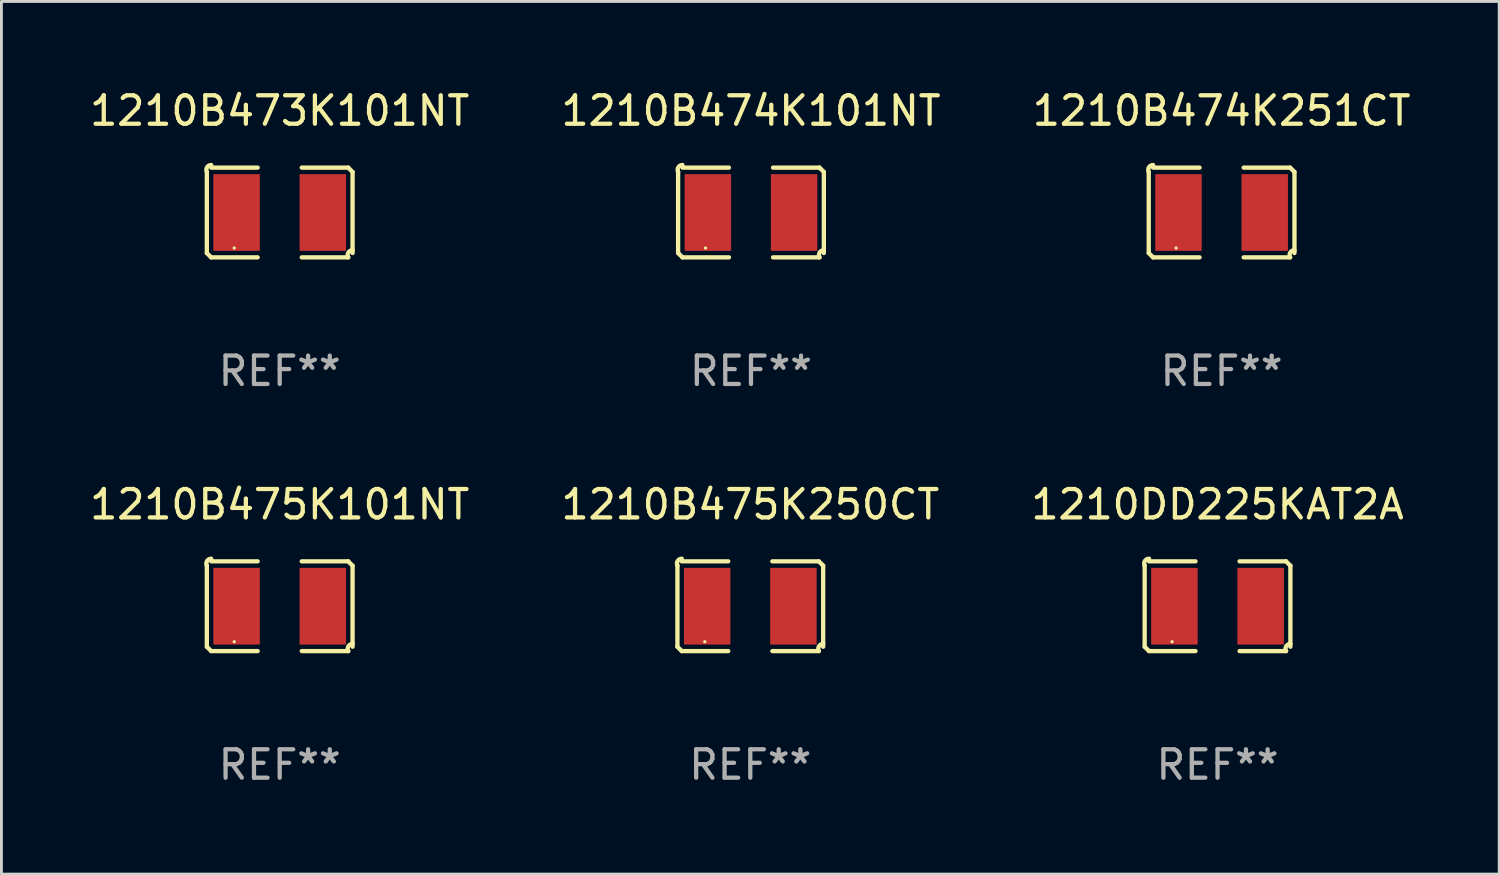
<source format=kicad_pcb>
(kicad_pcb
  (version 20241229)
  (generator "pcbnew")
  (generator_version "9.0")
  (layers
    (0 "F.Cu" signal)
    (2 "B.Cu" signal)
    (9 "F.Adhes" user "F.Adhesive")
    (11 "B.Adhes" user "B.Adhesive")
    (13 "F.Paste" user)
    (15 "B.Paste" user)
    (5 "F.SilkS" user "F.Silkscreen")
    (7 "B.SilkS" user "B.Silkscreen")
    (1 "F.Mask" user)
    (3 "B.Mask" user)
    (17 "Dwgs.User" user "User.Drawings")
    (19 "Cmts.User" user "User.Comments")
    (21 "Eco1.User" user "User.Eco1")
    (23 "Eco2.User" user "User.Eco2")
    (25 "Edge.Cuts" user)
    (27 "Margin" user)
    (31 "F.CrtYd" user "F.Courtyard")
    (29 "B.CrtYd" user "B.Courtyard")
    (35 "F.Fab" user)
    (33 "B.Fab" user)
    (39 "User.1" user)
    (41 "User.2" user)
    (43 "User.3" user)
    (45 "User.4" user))
  (footprint "1210B475K250CT"
    (layer "F.Cu")
    (at 23.351 18.281)
    (property "Reference" "1210B475K250CT" (at 0 -3.579 0) (layer "F.SilkS") (effects (font (size 1 1) (thickness 0.15))))
    (attr through_hole)
    (fp_line (start -2.564 1.426) (end -2.564 -1.426) (stroke (width 0.152) (type solid)) (layer "F.SilkS"))
    (fp_line (start -2.411 -1.579) (end -0.776 -1.579) (stroke (width 0.152) (type solid)) (layer "F.SilkS"))
    (fp_line (start -0.776 1.579) (end -2.411 1.579) (stroke (width 0.152) (type solid)) (layer "F.SilkS"))
    (fp_line (start 0.776 1.579) (end 2.411 1.579) (stroke (width 0.152) (type solid)) (layer "F.SilkS"))
    (fp_line (start 2.411 -1.579) (end 0.776 -1.579) (stroke (width 0.152) (type solid)) (layer "F.SilkS"))
    (fp_line (start 2.564 1.426) (end 2.564 -1.426) (stroke (width 0.152) (type solid)) (layer "F.SilkS"))
    (fp_arc (start -2.563602 -1.426213) (mid -2.555597 -1.591233) (end -2.411201 -1.671518) (stroke (width 0.1524) (type solid)) (layer "F.SilkS"))
    (fp_arc (start -2.5636 1.426214) (mid -2.487389 1.502402) (end -2.411201 1.578613) (stroke (width 0.1524) (type solid)) (layer "F.SilkS"))
    (fp_arc (start 2.411197 -1.578618) (mid 2.487403 -1.502419) (end 2.563602 -1.426213) (stroke (width 0.1524) (type solid)) (layer "F.SilkS"))
    (fp_arc (start 2.411201 1.578613) (mid 2.416214 1.409455) (end 2.563602 1.32629) (stroke (width 0.1524) (type solid)) (layer "F.SilkS"))
    (fp_circle (center -1.6 1.25) (end -1.57 1.25) (stroke (width 0.06) (type solid)) (fill no) (layer "F.SilkS"))
    (fp_text user "REF**" (at 0 5.579 0) (layer "F.Fab") (effects (font (size 1 1) (thickness 0.15))))
    (pad "1" smd rect (at -1.517 0) (size 1.635 2.7) (layers "F.Cu" "F.Mask" "F.Paste"))
    (pad "2" smd rect (at 1.517 0) (size 1.635 2.7) (layers "F.Cu" "F.Mask" "F.Paste")))
  (footprint "1210B474K251CT"
    (layer "F.Cu")
    (at 39.935 4.427)
    (property "Reference" "1210B474K251CT" (at 0 -3.579 0) (layer "F.SilkS") (effects (font (size 1 1) (thickness 0.15))))
    (attr through_hole)
    (fp_line (start -2.564 1.426) (end -2.564 -1.426) (stroke (width 0.152) (type solid)) (layer "F.SilkS"))
    (fp_line (start -2.411 -1.579) (end -0.776 -1.579) (stroke (width 0.152) (type solid)) (layer "F.SilkS"))
    (fp_line (start -0.776 1.579) (end -2.411 1.579) (stroke (width 0.152) (type solid)) (layer "F.SilkS"))
    (fp_line (start 0.776 1.579) (end 2.411 1.579) (stroke (width 0.152) (type solid)) (layer "F.SilkS"))
    (fp_line (start 2.411 -1.579) (end 0.776 -1.579) (stroke (width 0.152) (type solid)) (layer "F.SilkS"))
    (fp_line (start 2.564 1.426) (end 2.564 -1.426) (stroke (width 0.152) (type solid)) (layer "F.SilkS"))
    (fp_arc (start -2.563602 -1.426213) (mid -2.555597 -1.591233) (end -2.411201 -1.671518) (stroke (width 0.1524) (type solid)) (layer "F.SilkS"))
    (fp_arc (start -2.5636 1.426214) (mid -2.487389 1.502402) (end -2.411201 1.578613) (stroke (width 0.1524) (type solid)) (layer "F.SilkS"))
    (fp_arc (start 2.411197 -1.578618) (mid 2.487403 -1.502419) (end 2.563602 -1.426213) (stroke (width 0.1524) (type solid)) (layer "F.SilkS"))
    (fp_arc (start 2.411201 1.578613) (mid 2.416214 1.409455) (end 2.563602 1.32629) (stroke (width 0.1524) (type solid)) (layer "F.SilkS"))
    (fp_circle (center -1.6 1.25) (end -1.57 1.25) (stroke (width 0.06) (type solid)) (fill no) (layer "F.SilkS"))
    (fp_text user "REF**" (at 0 5.579 0) (layer "F.Fab") (effects (font (size 1 1) (thickness 0.15))))
    (pad "1" smd rect (at -1.517 0) (size 1.635 2.7) (layers "F.Cu" "F.Mask" "F.Paste"))
    (pad "2" smd rect (at 1.517 0) (size 1.635 2.7) (layers "F.Cu" "F.Mask" "F.Paste")))
  (footprint "1210B475K101NT"
    (layer "F.Cu")
    (at 6.792 18.281)
    (property "Reference" "1210B475K101NT" (at 0 -3.579 0) (layer "F.SilkS") (effects (font (size 1 1) (thickness 0.15))))
    (attr through_hole)
    (fp_line (start -2.564 1.426) (end -2.564 -1.426) (stroke (width 0.152) (type solid)) (layer "F.SilkS"))
    (fp_line (start -2.411 -1.579) (end -0.776 -1.579) (stroke (width 0.152) (type solid)) (layer "F.SilkS"))
    (fp_line (start -0.776 1.579) (end -2.411 1.579) (stroke (width 0.152) (type solid)) (layer "F.SilkS"))
    (fp_line (start 0.776 1.579) (end 2.411 1.579) (stroke (width 0.152) (type solid)) (layer "F.SilkS"))
    (fp_line (start 2.411 -1.579) (end 0.776 -1.579) (stroke (width 0.152) (type solid)) (layer "F.SilkS"))
    (fp_line (start 2.564 1.426) (end 2.564 -1.426) (stroke (width 0.152) (type solid)) (layer "F.SilkS"))
    (fp_arc (start -2.563602 -1.426213) (mid -2.555597 -1.591233) (end -2.411201 -1.671518) (stroke (width 0.1524) (type solid)) (layer "F.SilkS"))
    (fp_arc (start -2.5636 1.426214) (mid -2.487389 1.502402) (end -2.411201 1.578613) (stroke (width 0.1524) (type solid)) (layer "F.SilkS"))
    (fp_arc (start 2.411197 -1.578618) (mid 2.487403 -1.502419) (end 2.563602 -1.426213) (stroke (width 0.1524) (type solid)) (layer "F.SilkS"))
    (fp_arc (start 2.411201 1.578613) (mid 2.416214 1.409455) (end 2.563602 1.32629) (stroke (width 0.1524) (type solid)) (layer "F.SilkS"))
    (fp_circle (center -1.6 1.25) (end -1.57 1.25) (stroke (width 0.06) (type solid)) (fill no) (layer "F.SilkS"))
    (fp_text user "REF**" (at 0 5.579 0) (layer "F.Fab") (effects (font (size 1 1) (thickness 0.15))))
    (pad "1" smd rect (at -1.517 0) (size 1.635 2.7) (layers "F.Cu" "F.Mask" "F.Paste"))
    (pad "2" smd rect (at 1.517 0) (size 1.635 2.7) (layers "F.Cu" "F.Mask" "F.Paste")))
  (footprint "1210B473K101NT"
    (layer "F.Cu")
    (at 6.792 4.427)
    (property "Reference" "1210B473K101NT" (at 0 -3.579 0) (layer "F.SilkS") (effects (font (size 1 1) (thickness 0.15))))
    (attr through_hole)
    (fp_line (start -2.564 1.426) (end -2.564 -1.426) (stroke (width 0.152) (type solid)) (layer "F.SilkS"))
    (fp_line (start -2.411 -1.579) (end -0.776 -1.579) (stroke (width 0.152) (type solid)) (layer "F.SilkS"))
    (fp_line (start -0.776 1.579) (end -2.411 1.579) (stroke (width 0.152) (type solid)) (layer "F.SilkS"))
    (fp_line (start 0.776 1.579) (end 2.411 1.579) (stroke (width 0.152) (type solid)) (layer "F.SilkS"))
    (fp_line (start 2.411 -1.579) (end 0.776 -1.579) (stroke (width 0.152) (type solid)) (layer "F.SilkS"))
    (fp_line (start 2.564 1.426) (end 2.564 -1.426) (stroke (width 0.152) (type solid)) (layer "F.SilkS"))
    (fp_arc (start -2.563602 -1.426213) (mid -2.555597 -1.591233) (end -2.411201 -1.671518) (stroke (width 0.1524) (type solid)) (layer "F.SilkS"))
    (fp_arc (start -2.5636 1.426214) (mid -2.487389 1.502402) (end -2.411201 1.578613) (stroke (width 0.1524) (type solid)) (layer "F.SilkS"))
    (fp_arc (start 2.411197 -1.578618) (mid 2.487403 -1.502419) (end 2.563602 -1.426213) (stroke (width 0.1524) (type solid)) (layer "F.SilkS"))
    (fp_arc (start 2.411201 1.578613) (mid 2.416214 1.409455) (end 2.563602 1.32629) (stroke (width 0.1524) (type solid)) (layer "F.SilkS"))
    (fp_circle (center -1.6 1.25) (end -1.57 1.25) (stroke (width 0.06) (type solid)) (fill no) (layer "F.SilkS"))
    (fp_text user "REF**" (at 0 5.579 0) (layer "F.Fab") (effects (font (size 1 1) (thickness 0.15))))
    (pad "1" smd rect (at -1.517 0) (size 1.635 2.7) (layers "F.Cu" "F.Mask" "F.Paste"))
    (pad "2" smd rect (at 1.517 0) (size 1.635 2.7) (layers "F.Cu" "F.Mask" "F.Paste")))
  (footprint "1210DD225KAT2A"
    (layer "F.Cu")
    (at 39.792 18.281)
    (property "Reference" "1210DD225KAT2A" (at 0 -3.579 0) (layer "F.SilkS") (effects (font (size 1 1) (thickness 0.15))))
    (attr through_hole)
    (fp_line (start -2.564 1.426) (end -2.564 -1.426) (stroke (width 0.152) (type solid)) (layer "F.SilkS"))
    (fp_line (start -2.411 -1.579) (end -0.776 -1.579) (stroke (width 0.152) (type solid)) (layer "F.SilkS"))
    (fp_line (start -0.776 1.579) (end -2.411 1.579) (stroke (width 0.152) (type solid)) (layer "F.SilkS"))
    (fp_line (start 0.776 1.579) (end 2.411 1.579) (stroke (width 0.152) (type solid)) (layer "F.SilkS"))
    (fp_line (start 2.411 -1.579) (end 0.776 -1.579) (stroke (width 0.152) (type solid)) (layer "F.SilkS"))
    (fp_line (start 2.564 1.426) (end 2.564 -1.426) (stroke (width 0.152) (type solid)) (layer "F.SilkS"))
    (fp_arc (start -2.563602 -1.426213) (mid -2.555597 -1.591233) (end -2.411201 -1.671518) (stroke (width 0.1524) (type solid)) (layer "F.SilkS"))
    (fp_arc (start -2.5636 1.426214) (mid -2.487389 1.502402) (end -2.411201 1.578613) (stroke (width 0.1524) (type solid)) (layer "F.SilkS"))
    (fp_arc (start 2.411197 -1.578618) (mid 2.487403 -1.502419) (end 2.563602 -1.426213) (stroke (width 0.1524) (type solid)) (layer "F.SilkS"))
    (fp_arc (start 2.411201 1.578613) (mid 2.416214 1.409455) (end 2.563602 1.32629) (stroke (width 0.1524) (type solid)) (layer "F.SilkS"))
    (fp_circle (center -1.6 1.25) (end -1.57 1.25) (stroke (width 0.06) (type solid)) (fill no) (layer "F.SilkS"))
    (fp_text user "REF**" (at 0 5.579 0) (layer "F.Fab") (effects (font (size 1 1) (thickness 0.15))))
    (pad "1" smd rect (at -1.517 0) (size 1.635 2.7) (layers "F.Cu" "F.Mask" "F.Paste"))
    (pad "2" smd rect (at 1.517 0) (size 1.635 2.7) (layers "F.Cu" "F.Mask" "F.Paste")))
  (footprint "1210B474K101NT"
    (layer "F.Cu")
    (at 23.375 4.427)
    (property "Reference" "1210B474K101NT" (at 0 -3.579 0) (layer "F.SilkS") (effects (font (size 1 1) (thickness 0.15))))
    (attr through_hole)
    (fp_line (start -2.564 1.426) (end -2.564 -1.426) (stroke (width 0.152) (type solid)) (layer "F.SilkS"))
    (fp_line (start -2.411 -1.579) (end -0.776 -1.579) (stroke (width 0.152) (type solid)) (layer "F.SilkS"))
    (fp_line (start -0.776 1.579) (end -2.411 1.579) (stroke (width 0.152) (type solid)) (layer "F.SilkS"))
    (fp_line (start 0.776 1.579) (end 2.411 1.579) (stroke (width 0.152) (type solid)) (layer "F.SilkS"))
    (fp_line (start 2.411 -1.579) (end 0.776 -1.579) (stroke (width 0.152) (type solid)) (layer "F.SilkS"))
    (fp_line (start 2.564 1.426) (end 2.564 -1.426) (stroke (width 0.152) (type solid)) (layer "F.SilkS"))
    (fp_arc (start -2.563602 -1.426213) (mid -2.555597 -1.591233) (end -2.411201 -1.671518) (stroke (width 0.1524) (type solid)) (layer "F.SilkS"))
    (fp_arc (start -2.5636 1.426214) (mid -2.487389 1.502402) (end -2.411201 1.578613) (stroke (width 0.1524) (type solid)) (layer "F.SilkS"))
    (fp_arc (start 2.411197 -1.578618) (mid 2.487403 -1.502419) (end 2.563602 -1.426213) (stroke (width 0.1524) (type solid)) (layer "F.SilkS"))
    (fp_arc (start 2.411201 1.578613) (mid 2.416214 1.409455) (end 2.563602 1.32629) (stroke (width 0.1524) (type solid)) (layer "F.SilkS"))
    (fp_circle (center -1.6 1.25) (end -1.57 1.25) (stroke (width 0.06) (type solid)) (fill no) (layer "F.SilkS"))
    (fp_text user "REF**" (at 0 5.579 0) (layer "F.Fab") (effects (font (size 1 1) (thickness 0.15))))
    (pad "1" smd rect (at -1.517 0) (size 1.635 2.7) (layers "F.Cu" "F.Mask" "F.Paste"))
    (pad "2" smd rect (at 1.517 0) (size 1.635 2.7) (layers "F.Cu" "F.Mask" "F.Paste")))
  (gr_rect
    (start -3 -3)
    (end 49.702 27.707)
    (stroke (width 0.1) (type default))
    (fill no)
    (layer "Edge.Cuts")))
</source>
